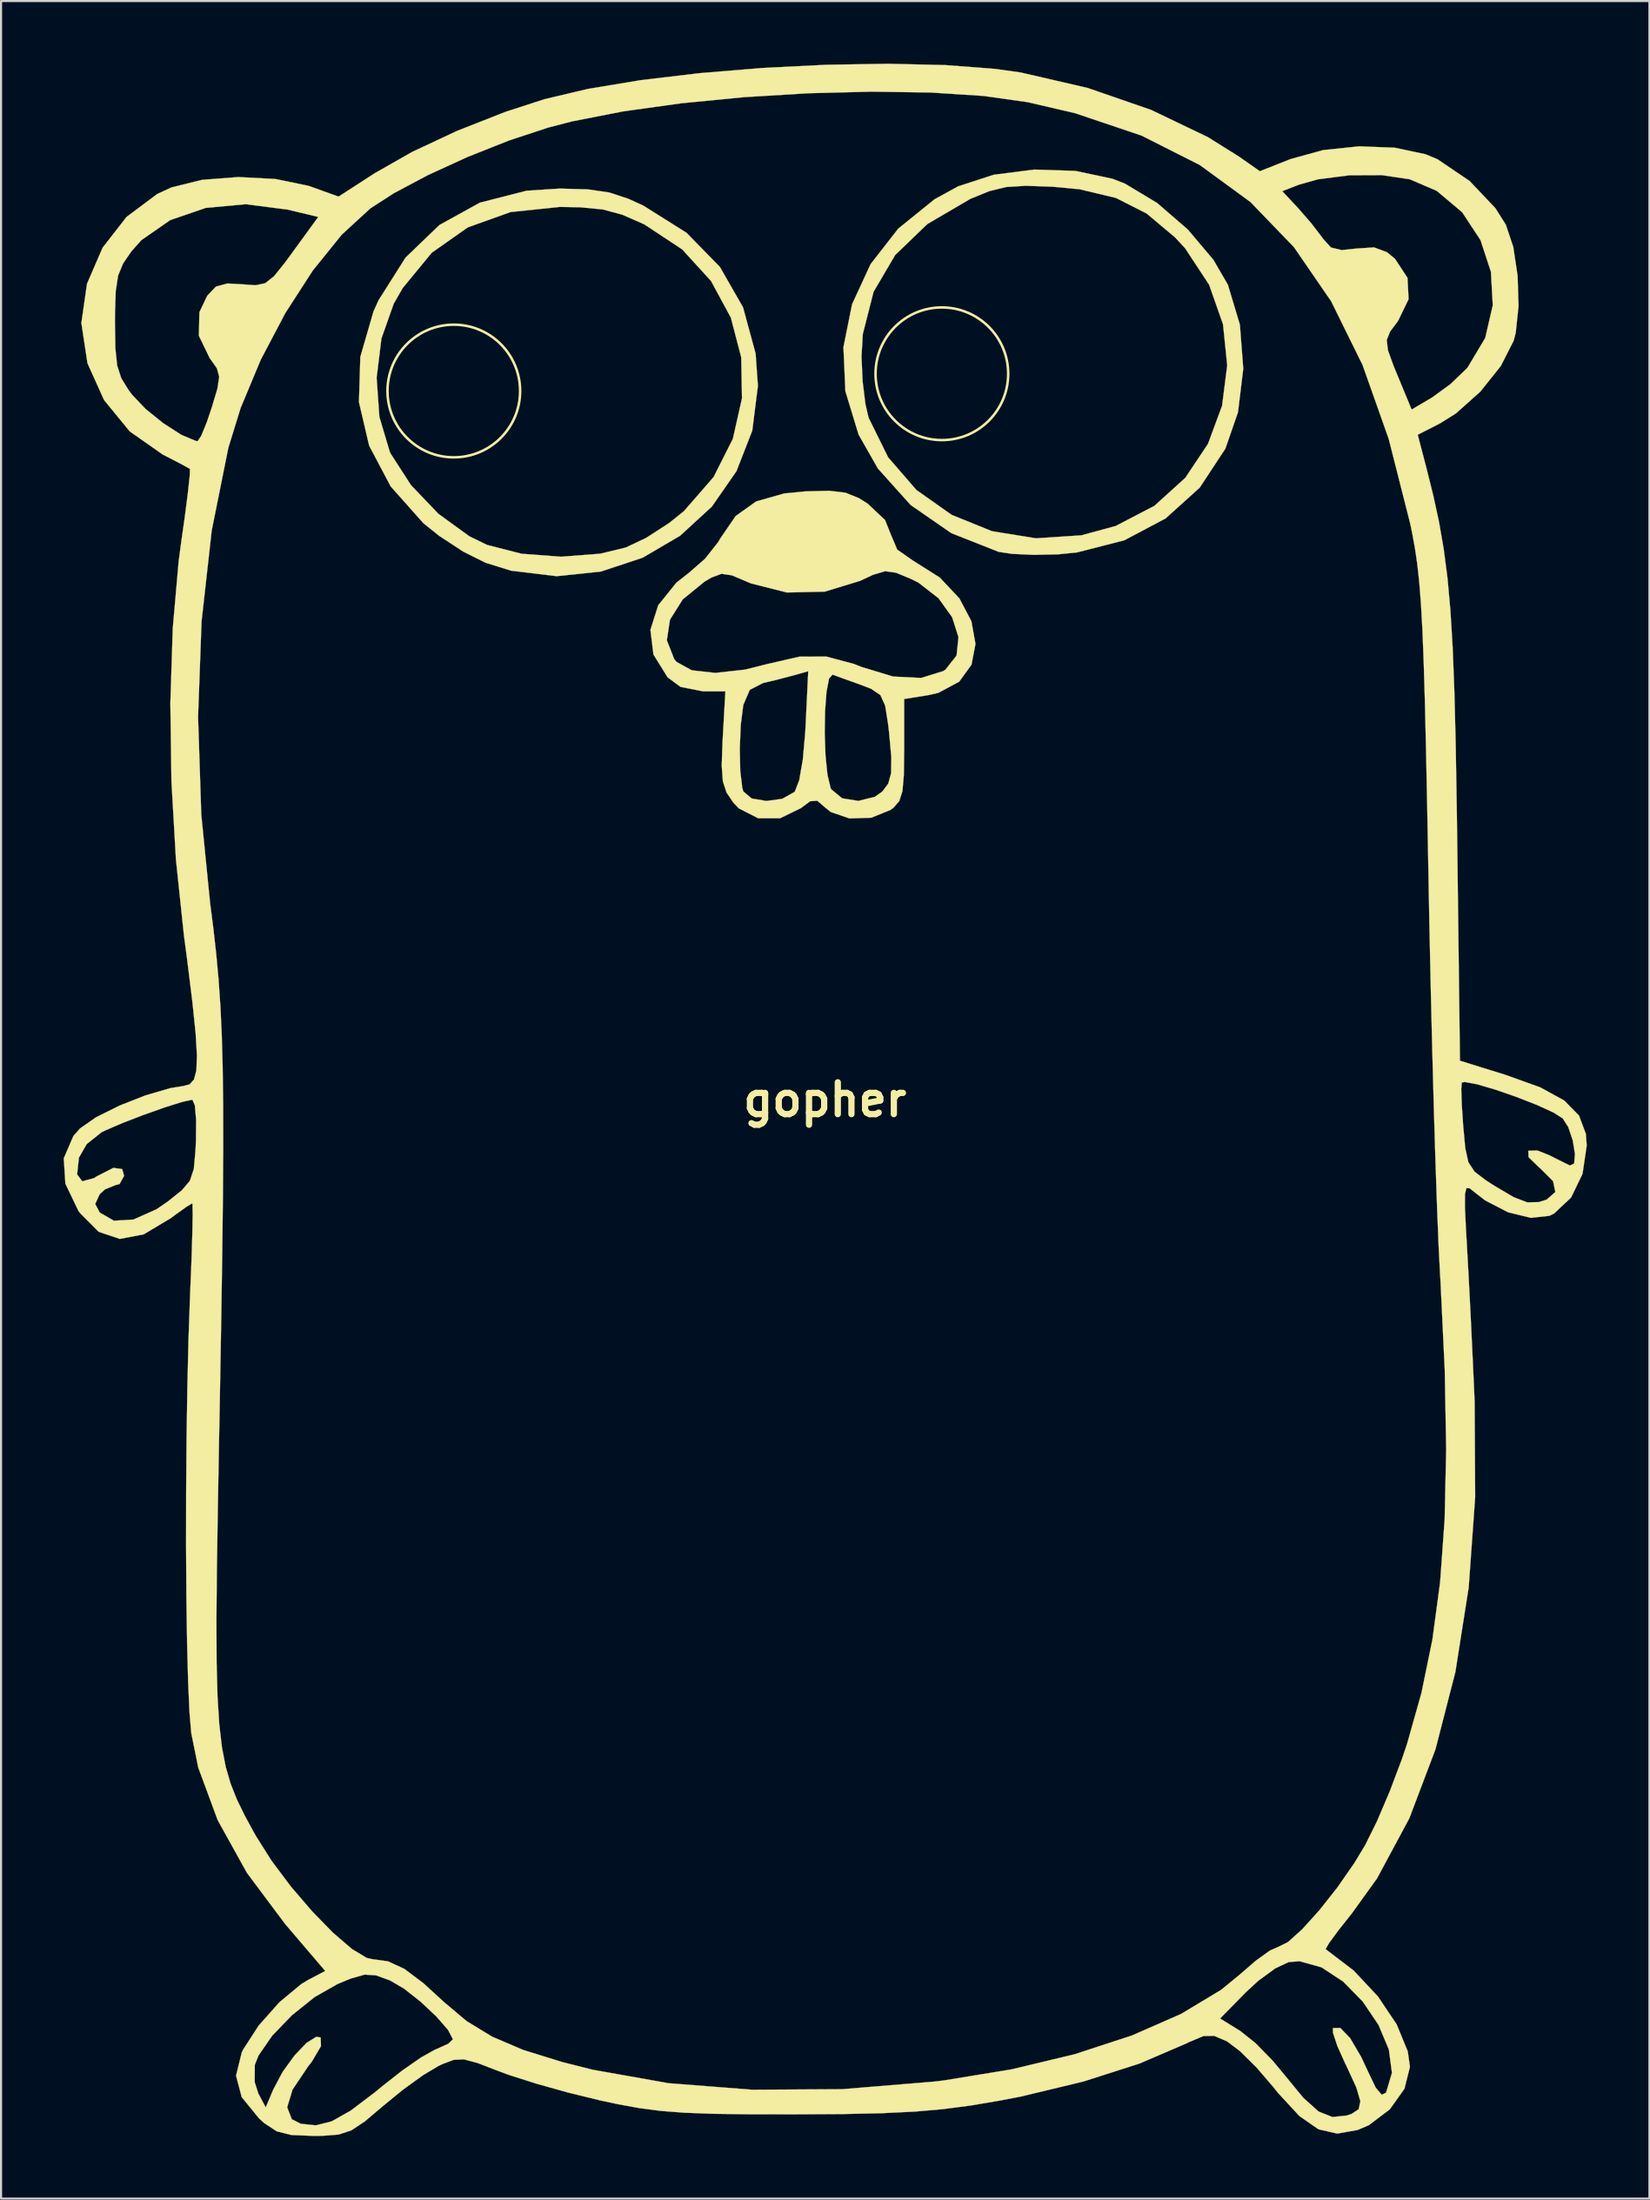
<source format=kicad_pcb>
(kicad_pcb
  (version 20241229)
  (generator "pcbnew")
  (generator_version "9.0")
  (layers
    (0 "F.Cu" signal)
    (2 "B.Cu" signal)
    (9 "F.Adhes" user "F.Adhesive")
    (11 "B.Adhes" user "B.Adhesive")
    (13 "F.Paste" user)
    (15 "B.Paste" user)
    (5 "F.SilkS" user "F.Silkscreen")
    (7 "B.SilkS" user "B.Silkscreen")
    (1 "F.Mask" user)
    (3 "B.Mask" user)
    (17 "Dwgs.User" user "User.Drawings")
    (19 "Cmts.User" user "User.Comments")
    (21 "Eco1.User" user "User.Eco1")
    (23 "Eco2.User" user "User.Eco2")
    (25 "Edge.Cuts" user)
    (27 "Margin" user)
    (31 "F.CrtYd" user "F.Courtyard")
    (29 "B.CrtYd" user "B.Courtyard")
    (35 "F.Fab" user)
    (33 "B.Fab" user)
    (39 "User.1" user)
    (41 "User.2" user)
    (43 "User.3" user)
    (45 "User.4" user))
  (footprint "gopher"
    (layer "F.Cu")
    (at 36.469 49.626)
    (property "Reference" "gopher" (at 0 0 0) (layer "F.SilkS") (effects (font (size 1.524 1.524) (thickness 0.3))))
    (attr through_hole)
    (fp_circle (center -17.779 -33.947) (end -14.656 -33.363) (stroke (width 0.12) (type solid)) (fill no) (layer "F.SilkS"))
    (fp_circle (center 5.602 -34.773) (end 8.725 -34.188) (stroke (width 0.12) (type solid)) (fill no) (layer "F.SilkS"))
    (fp_poly (pts (xy 11.998 -44.49) (xy 13.778 -44.112) (xy 14.369 -43.881) (xy 15.914 -42.953) (xy 17.386 -41.68) (xy 18.609 -40.232) (xy 19.303 -39.038) (xy 19.879 -37.121) (xy 20.04 -35.016) (xy 19.788 -32.931) (xy 19.184 -31.186) (xy 17.955 -29.32) (xy 16.321 -27.844) (xy 14.341 -26.796) (xy 12.074 -26.215) (xy 11.179 -26.125) (xy 10.015 -26.099) (xy 8.96 -26.147) (xy 8.321 -26.244) (xy 6.056 -27.138) (xy 4.106 -28.487) (xy 2.538 -30.233) (xy 1.613 -31.859) (xy 0.98 -33.938) (xy 0.907 -35.605) (xy 1.752 -35.605) (xy 1.804 -34.42) (xy 1.939 -33.319) (xy 2.09 -32.669) (xy 3.027 -30.771) (xy 4.382 -29.206) (xy 6.071 -28.014) (xy 8.008 -27.23) (xy 10.11 -26.891) (xy 12.292 -27.035) (xy 13.93 -27.482) (xy 15.785 -28.448) (xy 17.265 -29.789) (xy 18.351 -31.416) (xy 19.027 -33.243) (xy 19.272 -35.181) (xy 19.071 -37.142) (xy 18.404 -39.04) (xy 17.253 -40.787) (xy 16.778 -41.302) (xy 15.411 -42.449) (xy 13.94 -43.196) (xy 12.198 -43.611) (xy 10.905 -43.733) (xy 9.614 -43.777) (xy 8.68 -43.718) (xy 7.879 -43.523) (xy 6.988 -43.159) (xy 6.95 -43.142) (xy 4.907 -41.945) (xy 3.364 -40.46) (xy 2.33 -38.7) (xy 1.814 -36.675) (xy 1.752 -35.605) (xy 0.907 -35.605) (xy 0.887 -36.047) (xy 1.301 -38.103) (xy 2.188 -40.024) (xy 3.515 -41.728) (xy 5.251 -43.13) (xy 6.38 -43.75) (xy 8.083 -44.305) (xy 10.027 -44.553) (xy 11.998 -44.49)) (stroke (width 0.01) (type solid)) (fill yes) (layer "F.SilkS"))
    (fp_poly (pts (xy -11.352 -43.604) (xy -10.338 -43.457) (xy -9.411 -43.152) (xy -8.699 -42.826) (xy -6.631 -41.526) (xy -5.033 -39.892) (xy -3.923 -37.954) (xy -3.321 -35.742) (xy -3.211 -34.194) (xy -3.481 -32.047) (xy -4.24 -30.104) (xy -5.417 -28.41) (xy -6.94 -27.013) (xy -8.735 -25.961) (xy -10.73 -25.3) (xy -12.853 -25.077) (xy -15.031 -25.34) (xy -16.261 -25.722) (xy -17.324 -26.252) (xy -18.486 -27.014) (xy -19.239 -27.618) (xy -20.802 -29.376) (xy -21.834 -31.328) (xy -22.323 -33.416) (xy -22.287 -34.584) (xy -21.477 -34.584) (xy -21.345 -32.704) (xy -20.848 -31.041) (xy -20.801 -30.941) (xy -19.831 -29.439) (xy -18.515 -28.063) (xy -17.033 -26.987) (xy -16.185 -26.574) (xy -14.534 -26.151) (xy -12.637 -26.009) (xy -10.762 -26.154) (xy -9.542 -26.449) (xy -8.567 -26.91) (xy -7.473 -27.617) (xy -6.756 -28.192) (xy -5.334 -29.825) (xy -4.411 -31.655) (xy -3.973 -33.596) (xy -4.009 -35.56) (xy -4.507 -37.462) (xy -5.454 -39.214) (xy -6.838 -40.731) (xy -8.647 -41.925) (xy -8.704 -41.953) (xy -9.711 -42.393) (xy -10.636 -42.642) (xy -11.724 -42.748) (xy -12.699 -42.765) (xy -15.061 -42.519) (xy -17.112 -41.784) (xy -18.839 -40.568) (xy -20.229 -38.877) (xy -20.659 -38.126) (xy -21.246 -36.465) (xy -21.477 -34.584) (xy -22.287 -34.584) (xy -22.257 -35.58) (xy -21.625 -37.763) (xy -21.38 -38.3) (xy -20.09 -40.338) (xy -18.469 -41.897) (xy -16.531 -42.968) (xy -14.29 -43.541) (xy -12.699 -43.643) (xy -11.352 -43.604)) (stroke (width 0.01) (type solid)) (fill yes) (layer "F.SilkS"))
    (fp_poly (pts (xy 0.984 -29.075) (xy 1.621 -28.818) (xy 2.044 -28.554) (xy 2.878 -27.769) (xy 3.157 -27.074) (xy 3.463 -26.351) (xy 4.206 -25.831) (xy 5.502 -25.012) (xy 6.442 -24.012) (xy 7.016 -22.921) (xy 7.212 -21.832) (xy 7.021 -20.837) (xy 6.433 -20.025) (xy 5.436 -19.49) (xy 4.942 -19.378) (xy 3.795 -19.194) (xy 3.795 -16.767) (xy 3.78 -15.549) (xy 3.712 -14.775) (xy 3.56 -14.303) (xy 3.292 -13.994) (xy 3.147 -13.884) (xy 2.218 -13.507) (xy 1.179 -13.474) (xy 0.281 -13.781) (xy 0.047 -13.967) (xy -0.367 -14.322) (xy -0.705 -14.297) (xy -1.153 -13.967) (xy -2.148 -13.482) (xy -3.199 -13.483) (xy -4.126 -13.956) (xy -4.389 -14.233) (xy -4.714 -14.717) (xy -4.889 -15.248) (xy -4.944 -15.999) (xy -4.916 -16.827) (xy -4.08 -16.827) (xy -4.056 -15.744) (xy -3.959 -14.937) (xy -3.91 -14.768) (xy -3.508 -14.428) (xy -2.806 -14.31) (xy -2.045 -14.413) (xy -1.467 -14.737) (xy -1.438 -14.77) (xy -1.23 -15.306) (xy -1.057 -16.305) (xy -0.947 -17.55) (xy -0.011 -17.55) (xy 0.027 -16.484) (xy 0.12 -15.565) (xy 0.271 -14.938) (xy 0.302 -14.87) (xy 0.826 -14.436) (xy 1.605 -14.313) (xy 2.397 -14.511) (xy 2.753 -14.765) (xy 3.031 -15.136) (xy 3.17 -15.638) (xy 3.181 -16.405) (xy 3.075 -17.574) (xy 3.028 -17.982) (xy 2.887 -18.877) (xy 2.658 -19.38) (xy 2.214 -19.683) (xy 1.789 -19.848) (xy 1.003 -20.131) (xy 0.427 -20.34) (xy 0.365 -20.363) (xy 0.196 -20.169) (xy 0.075 -19.538) (xy 0.006 -18.616) (xy -0.011 -17.55) (xy -0.947 -17.55) (xy -0.939 -17.647) (xy -0.927 -17.879) (xy -0.8 -20.525) (xy -1.495 -20.328) (xy -2.349 -20.105) (xy -2.962 -19.961) (xy -3.6 -19.633) (xy -3.91 -18.912) (xy -3.911 -18.91) (xy -4.032 -17.958) (xy -4.08 -16.827) (xy -4.916 -16.827) (xy -4.905 -17.141) (xy -4.896 -17.298) (xy -4.768 -19.561) (xy -5.836 -19.561) (xy -6.919 -19.775) (xy -7.535 -20.232) (xy -8.215 -21.324) (xy -8.298 -22.005) (xy -7.573 -22.005) (xy -7.221 -21.108) (xy -7.108 -20.971) (xy -6.38 -20.569) (xy -5.25 -20.444) (xy -3.83 -20.601) (xy -2.747 -20.872) (xy -1.223 -21.222) (xy 0.074 -21.225) (xy 1.393 -20.872) (xy 1.752 -20.729) (xy 3.267 -20.27) (xy 4.614 -20.203) (xy 5.673 -20.533) (xy 5.774 -20.599) (xy 6.307 -21.278) (xy 6.398 -22.157) (xy 6.094 -23.112) (xy 5.441 -24.022) (xy 4.484 -24.765) (xy 4.15 -24.934) (xy 3.408 -25.243) (xy 2.883 -25.316) (xy 2.305 -25.144) (xy 1.679 -24.852) (xy -0.009 -24.337) (xy -1.823 -24.296) (xy -3.549 -24.732) (xy -3.691 -24.794) (xy -4.46 -25.118) (xy -4.955 -25.191) (xy -5.429 -25.015) (xy -5.774 -24.813) (xy -6.813 -23.963) (xy -7.425 -22.992) (xy -7.573 -22.005) (xy -8.298 -22.005) (xy -8.36 -22.506) (xy -7.986 -23.685) (xy -7.113 -24.77) (xy -6.544 -25.214) (xy -5.745 -25.91) (xy -5.101 -26.726) (xy -5.015 -26.881) (xy -4.274 -27.961) (xy -3.292 -28.659) (xy -1.954 -29.038) (xy -0.94 -29.139) (xy 0.203 -29.168) (xy 0.984 -29.075)) (stroke (width 0.01) (type solid)) (fill yes) (layer "F.SilkS"))
    (fp_poly (pts (xy 5.768 -49.558) (xy 8.151 -49.376) (xy 9.377 -49.204) (xy 12.593 -48.461) (xy 15.632 -47.409) (xy 18.347 -46.106) (xy 19.834 -45.175) (xy 20.836 -44.474) (xy 22.315 -45.059) (xy 23.867 -45.486) (xy 25.597 -45.667) (xy 27.301 -45.6) (xy 28.777 -45.286) (xy 29.345 -45.048) (xy 30.882 -44.008) (xy 32.119 -42.705) (xy 32.618 -41.915) (xy 32.975 -40.851) (xy 33.183 -39.468) (xy 33.228 -38.013) (xy 33.093 -36.735) (xy 32.992 -36.352) (xy 32.376 -35.141) (xy 31.395 -33.915) (xy 30.23 -32.874) (xy 29.473 -32.4) (xy 28.398 -31.851) (xy 28.803 -30.304) (xy 29.139 -28.959) (xy 29.417 -27.677) (xy 29.643 -26.381) (xy 29.823 -24.993) (xy 29.964 -23.438) (xy 30.073 -21.636) (xy 30.155 -19.513) (xy 30.218 -16.989) (xy 30.268 -13.989) (xy 30.286 -12.685) (xy 30.421 -1.868) (xy 32.6 -1.191) (xy 34.267 -0.592) (xy 35.419 0.039) (xy 36.124 0.759) (xy 36.451 1.628) (xy 36.494 2.192) (xy 36.294 3.548) (xy 35.746 4.684) (xy 34.932 5.45) (xy 34.707 5.561) (xy 33.819 5.658) (xy 32.727 5.391) (xy 31.63 4.823) (xy 31.136 4.441) (xy 30.888 4.242) (xy 30.734 4.234) (xy 30.662 4.506) (xy 30.658 5.141) (xy 30.71 6.228) (xy 30.756 7.007) (xy 30.837 8.485) (xy 30.932 10.325) (xy 31.027 12.307) (xy 31.113 14.21) (xy 31.123 14.452) (xy 31.15 19.032) (xy 30.839 23.367) (xy 30.202 27.41) (xy 29.249 31.113) (xy 27.993 34.427) (xy 26.444 37.306) (xy 25.236 38.983) (xy 24.598 39.788) (xy 24.153 40.394) (xy 23.986 40.683) (xy 23.99 40.691) (xy 25.327 41.71) (xy 26.492 42.954) (xy 27.388 44.289) (xy 27.92 45.582) (xy 28.025 46.325) (xy 27.763 47.374) (xy 27.062 48.359) (xy 26.058 49.118) (xy 25.519 49.349) (xy 24.542 49.522) (xy 23.643 49.315) (xy 22.727 48.679) (xy 21.698 47.565) (xy 21.459 47.266) (xy 20.67 46.348) (xy 19.886 45.575) (xy 19.27 45.108) (xy 19.248 45.096) (xy 18.646 44.84) (xy 18.136 44.849) (xy 17.442 45.139) (xy 17.3 45.21) (xy 15.067 46.168) (xy 12.385 47.027) (xy 9.388 47.747) (xy 8.384 47.94) (xy 6.99 48.176) (xy 5.672 48.349) (xy 4.299 48.469) (xy 2.738 48.545) (xy 0.858 48.586) (xy -1.46 48.6) (xy -3.646 48.597) (xy -5.366 48.574) (xy -6.737 48.522) (xy -7.876 48.434) (xy -8.902 48.299) (xy -9.932 48.111) (xy -10.795 47.926) (xy -12.305 47.556) (xy -13.829 47.129) (xy -15.134 46.713) (xy -15.666 46.516) (xy -16.652 46.136) (xy -17.294 45.966) (xy -17.784 45.989) (xy -18.316 46.189) (xy -18.503 46.277) (xy -19.246 46.72) (xy -20.207 47.413) (xy -21.167 48.198) (xy -22.043 48.939) (xy -22.687 49.367) (xy -23.298 49.569) (xy -24.074 49.629) (xy -24.51 49.632) (xy -25.559 49.59) (xy -26.261 49.413) (xy -26.852 49.026) (xy -27.104 48.801) (xy -27.939 47.776) (xy -28.129 47.057) (xy -27.318 47.057) (xy -27.141 47.609) (xy -26.788 48.267) (xy -26.43 47.417) (xy -25.981 46.57) (xy -25.414 45.786) (xy -24.839 45.183) (xy -24.366 44.885) (xy -24.158 44.919) (xy -24.143 45.334) (xy -24.576 46.069) (xy -24.773 46.323) (xy -25.505 47.416) (xy -25.762 48.263) (xy -25.539 48.835) (xy -25.108 49.052) (xy -24.388 49.128) (xy -23.627 48.935) (xy -22.719 48.423) (xy -21.554 47.541) (xy -21.2 47.248) (xy -20.24 46.495) (xy -19.343 45.873) (xy -18.682 45.503) (xy -18.612 45.476) (xy -18.042 45.218) (xy -17.821 45.005) (xy -18.057 44.551) (xy -18.624 43.903) (xy -19.374 43.2) (xy -20.16 42.582) (xy -20.832 42.186) (xy -20.834 42.186) (xy -21.506 41.942) (xy -22.05 41.906) (xy -22.711 42.094) (xy -23.355 42.36) (xy -24.444 42.981) (xy -25.535 43.854) (xy -26.48 44.834) (xy -27.132 45.777) (xy -27.313 46.23) (xy -27.318 47.057) (xy -28.129 47.057) (xy -28.211 46.748) (xy -27.939 45.642) (xy -27.873 45.503) (xy -27.125 44.346) (xy -26.131 43.228) (xy -25.089 42.363) (xy -24.742 42.154) (xy -23.937 41.733) (xy -25.862 39.478) (xy -27.689 37.034) (xy -29.091 34.506) (xy -30.02 31.993) (xy -30.356 30.338) (xy -30.44 29.351) (xy -30.507 27.873) (xy -30.557 25.994) (xy -30.59 23.806) (xy -30.605 21.402) (xy -30.602 18.871) (xy -30.582 16.307) (xy -30.544 13.801) (xy -30.487 11.444) (xy -30.412 9.328) (xy -30.403 9.123) (xy -30.343 7.641) (xy -30.304 6.392) (xy -30.288 5.479) (xy -30.298 5.006) (xy -30.31 4.963) (xy -30.577 5.122) (xy -31.131 5.519) (xy -31.332 5.67) (xy -32.634 6.448) (xy -33.781 6.667) (xy -34.793 6.326) (xy -35.69 5.424) (xy -35.768 5.313) (xy -36.386 4.022) (xy -36.415 3.575) (xy -35.825 3.575) (xy -35.58 3.909) (xy -35.023 3.758) (xy -34.872 3.665) (xy -34.091 3.265) (xy -33.665 3.322) (xy -33.575 3.649) (xy -33.79 4.037) (xy -33.977 4.087) (xy -34.489 4.293) (xy -34.743 4.525) (xy -34.959 4.993) (xy -34.743 5.401) (xy -34.063 5.796) (xy -33.125 5.74) (xy -32.021 5.248) (xy -31.481 4.877) (xy -30.807 4.338) (xy -30.422 3.884) (xy -30.234 3.318) (xy -30.154 2.444) (xy -30.131 1.957) (xy -30.123 0.975) (xy -30.184 0.272) (xy -30.302 0.000046) (xy -30.304 0) (xy -30.782 0.102) (xy -31.617 0.364) (xy -32.629 0.722) (xy -33.638 1.111) (xy -34.461 1.465) (xy -34.661 1.563) (xy -35.364 2.124) (xy -35.739 2.777) (xy -35.825 3.575) (xy -36.415 3.575) (xy -36.464 2.808) (xy -36.002 1.736) (xy -35.682 1.374) (xy -34.919 0.842) (xy -33.799 0.284) (xy -32.536 -0.212) (xy -31.346 -0.557) (xy -30.728 -0.657) (xy -30.433 -0.737) (xy -30.227 -0.965) (xy -30.11 -1.406) (xy -30.084 -2.126) (xy -30.147 -3.191) (xy -30.3 -4.665) (xy -30.541 -6.616) (xy -30.71 -7.899) (xy -31.09 -11.501) (xy -31.306 -15.258) (xy -31.348 -18.34) (xy -30.031 -18.34) (xy -29.877 -13.656) (xy -29.456 -9.436) (xy -29.295 -8.177) (xy -29.16 -6.97) (xy -29.049 -5.76) (xy -28.961 -4.49) (xy -28.896 -3.105) (xy -28.852 -1.551) (xy -28.829 0.229) (xy -28.826 2.29) (xy -28.841 4.688) (xy -28.874 7.477) (xy -28.924 10.714) (xy -28.99 14.454) (xy -29.026 16.349) (xy -29.087 19.731) (xy -29.131 22.588) (xy -29.151 24.977) (xy -29.142 26.957) (xy -29.099 28.586) (xy -29.015 29.923) (xy -28.886 31.026) (xy -28.707 31.953) (xy -28.471 32.763) (xy -28.173 33.513) (xy -27.809 34.262) (xy -27.371 35.068) (xy -27.26 35.267) (xy -26.503 36.465) (xy -25.575 37.7) (xy -24.565 38.877) (xy -23.565 39.902) (xy -22.663 40.677) (xy -21.95 41.109) (xy -21.696 41.166) (xy -20.932 41.27) (xy -20.151 41.631) (xy -19.232 42.321) (xy -18.247 43.224) (xy -17.167 44.134) (xy -15.942 44.88) (xy -14.454 45.516) (xy -12.579 46.097) (xy -11.125 46.464) (xy -7.485 47.11) (xy -3.47 47.422) (xy 0.812 47.397) (xy 5.254 47.031) (xy 5.693 46.977) (xy 8.942 46.446) (xy 11.973 45.719) (xy 14.708 44.823) (xy 16.565 44.009) (xy 18.93 44.009) (xy 19.903 44.611) (xy 20.615 45.179) (xy 21.441 46.02) (xy 22.005 46.698) (xy 22.917 47.809) (xy 23.652 48.467) (xy 24.314 48.729) (xy 25.004 48.657) (xy 25.23 48.579) (xy 25.57 48.357) (xy 25.651 47.972) (xy 25.46 47.317) (xy 24.983 46.28) (xy 24.928 46.171) (xy 24.547 45.324) (xy 24.34 44.698) (xy 24.337 44.466) (xy 24.689 44.461) (xy 25.159 44.948) (xy 25.697 45.864) (xy 25.98 46.475) (xy 26.386 47.322) (xy 26.674 47.663) (xy 26.883 47.561) (xy 27.164 46.613) (xy 27.016 45.495) (xy 26.522 44.32) (xy 25.765 43.198) (xy 24.828 42.241) (xy 23.793 41.56) (xy 22.745 41.267) (xy 22.216 41.306) (xy 21.573 41.608) (xy 20.758 42.205) (xy 20.17 42.746) (xy 18.93 44.009) (xy 16.565 44.009) (xy 17.068 43.788) (xy 18.974 42.641) (xy 19.854 41.922) (xy 20.644 41.239) (xy 21.316 40.756) (xy 21.711 40.582) (xy 22.18 40.351) (xy 22.868 39.731) (xy 23.686 38.825) (xy 24.545 37.739) (xy 25.354 36.576) (xy 25.885 35.7) (xy 26.443 34.573) (xy 27.062 33.121) (xy 27.643 31.581) (xy 27.889 30.851) (xy 28.576 28.419) (xy 29.101 25.866) (xy 29.471 23.117) (xy 29.689 20.1) (xy 29.762 16.74) (xy 29.694 12.964) (xy 29.49 8.699) (xy 29.467 8.321) (xy 29.399 6.983) (xy 29.325 5.148) (xy 29.247 2.903) (xy 29.169 0.332) (xy 29.146 -0.508) (xy 30.484 -0.508) (xy 30.508 0.231) (xy 30.575 1.236) (xy 30.578 1.274) (xy 30.678 2.337) (xy 30.826 2.999) (xy 31.118 3.443) (xy 31.649 3.851) (xy 32.069 4.121) (xy 33 4.671) (xy 33.647 4.917) (xy 34.192 4.906) (xy 34.573 4.786) (xy 34.991 4.423) (xy 34.882 3.9) (xy 34.261 3.281) (xy 34.232 3.26) (xy 33.708 2.75) (xy 33.695 2.446) (xy 34.13 2.433) (xy 34.668 2.644) (xy 35.307 2.963) (xy 35.691 3.153) (xy 35.894 3.054) (xy 35.93 2.59) (xy 35.825 1.946) (xy 35.61 1.309) (xy 35.344 0.893) (xy 34.893 0.608) (xy 34.101 0.247) (xy 33.124 -0.135) (xy 32.121 -0.482) (xy 31.246 -0.739) (xy 30.657 -0.849) (xy 30.508 -0.824) (xy 30.484 -0.508) (xy 29.146 -0.508) (xy 29.093 -2.477) (xy 29.021 -5.438) (xy 28.956 -8.464) (xy 28.915 -10.656) (xy 28.854 -13.944) (xy 28.798 -16.707) (xy 28.744 -19.007) (xy 28.687 -20.901) (xy 28.626 -22.452) (xy 28.556 -23.718) (xy 28.475 -24.759) (xy 28.38 -25.634) (xy 28.268 -26.405) (xy 28.135 -27.131) (xy 28.04 -27.59) (xy 27.01 -31.65) (xy 25.757 -35.191) (xy 24.253 -38.243) (xy 22.47 -40.837) (xy 20.38 -43.004) (xy 19.674 -43.52) (xy 21.907 -43.52) (xy 22.667 -42.708) (xy 23.305 -41.974) (xy 23.831 -41.286) (xy 23.862 -41.24) (xy 24.243 -40.82) (xy 24.754 -40.696) (xy 25.445 -40.769) (xy 26.307 -40.826) (xy 26.921 -40.598) (xy 27.31 -40.278) (xy 27.908 -39.369) (xy 27.96 -38.346) (xy 27.461 -37.313) (xy 27.444 -37.29) (xy 27.073 -36.792) (xy 26.914 -36.389) (xy 26.97 -35.9) (xy 27.242 -35.148) (xy 27.484 -34.563) (xy 28.107 -33.058) (xy 29.086 -33.635) (xy 29.97 -34.279) (xy 30.764 -35.044) (xy 30.79 -35.075) (xy 31.633 -36.489) (xy 31.994 -38.052) (xy 31.907 -39.652) (xy 31.407 -41.174) (xy 30.53 -42.506) (xy 29.309 -43.535) (xy 28.017 -44.089) (xy 26.685 -44.286) (xy 25.121 -44.28) (xy 23.612 -44.086) (xy 22.705 -43.83) (xy 21.907 -43.52) (xy 19.674 -43.52) (xy 17.954 -44.775) (xy 15.166 -46.182) (xy 11.987 -47.254) (xy 9.707 -47.784) (xy 7.606 -48.08) (xy 5.067 -48.245) (xy 2.22 -48.286) (xy -0.806 -48.209) (xy -3.881 -48.022) (xy -6.876 -47.73) (xy -9.661 -47.342) (xy -12.106 -46.864) (xy -13.269 -46.563) (xy -15.145 -45.943) (xy -17.114 -45.161) (xy -19.005 -44.296) (xy -20.649 -43.423) (xy -21.772 -42.699) (xy -23.146 -41.438) (xy -24.529 -39.726) (xy -25.847 -37.687) (xy -27.026 -35.448) (xy -27.991 -33.135) (xy -28.58 -31.231) (xy -29.378 -27.258) (xy -29.863 -22.917) (xy -30.031 -18.34) (xy -31.348 -18.34) (xy -31.357 -19.005) (xy -31.242 -22.575) (xy -30.959 -25.801) (xy -30.842 -26.675) (xy -30.652 -28.021) (xy -30.51 -29.136) (xy -30.428 -29.906) (xy -30.421 -30.215) (xy -30.421 -30.215) (xy -30.711 -30.38) (xy -31.345 -30.711) (xy -31.719 -30.901) (xy -33.304 -32.013) (xy -34.533 -33.512) (xy -35.329 -35.278) (xy -35.618 -37.189) (xy -35.618 -37.224) (xy -34.013 -37.224) (xy -33.993 -35.995) (xy -33.907 -35.168) (xy -33.71 -34.56) (xy -33.359 -33.991) (xy -33.194 -33.77) (xy -32.544 -33.086) (xy -31.692 -32.4) (xy -30.828 -31.845) (xy -30.141 -31.557) (xy -30.052 -31.544) (xy -29.883 -31.791) (xy -29.615 -32.443) (xy -29.378 -33.142) (xy -29.103 -34.063) (xy -29.017 -34.627) (xy -29.128 -35.034) (xy -29.443 -35.483) (xy -29.471 -35.517) (xy -29.992 -36.594) (xy -29.966 -37.721) (xy -29.593 -38.506) (xy -29.176 -38.947) (xy -28.625 -39.097) (xy -27.915 -39.058) (xy -27.273 -39.012) (xy -26.815 -39.11) (xy -26.391 -39.445) (xy -25.854 -40.114) (xy -25.494 -40.606) (xy -24.273 -42.285) (xy -25.734 -42.635) (xy -27.749 -42.895) (xy -29.662 -42.718) (xy -31.364 -42.134) (xy -32.746 -41.174) (xy -33.226 -40.636) (xy -33.625 -40.052) (xy -33.861 -39.476) (xy -33.976 -38.727) (xy -34.011 -37.626) (xy -34.013 -37.224) (xy -35.618 -37.224) (xy -35.351 -39.084) (xy -34.604 -40.811) (xy -33.457 -42.284) (xy -31.991 -43.381) (xy -31.307 -43.698) (xy -29.846 -44.06) (xy -28.099 -44.195) (xy -26.318 -44.101) (xy -24.755 -43.778) (xy -24.569 -43.715) (xy -23.3 -43.258) (xy -21.568 -44.378) (xy -19.776 -45.398) (xy -17.617 -46.409) (xy -15.302 -47.319) (xy -13.43 -47.926) (xy -11.346 -48.418) (xy -8.822 -48.837) (xy -5.989 -49.173) (xy -2.981 -49.421) (xy 0.069 -49.573) (xy 3.03 -49.621) (xy 5.768 -49.558)) (stroke (width 0.01) (type solid)) (fill yes) (layer "F.SilkS")))
  (gr_rect
    (start -3 -3)
    (end 75.968 102.263)
    (stroke (width 0.1) (type default))
    (fill no)
    (layer "Edge.Cuts")))
</source>
